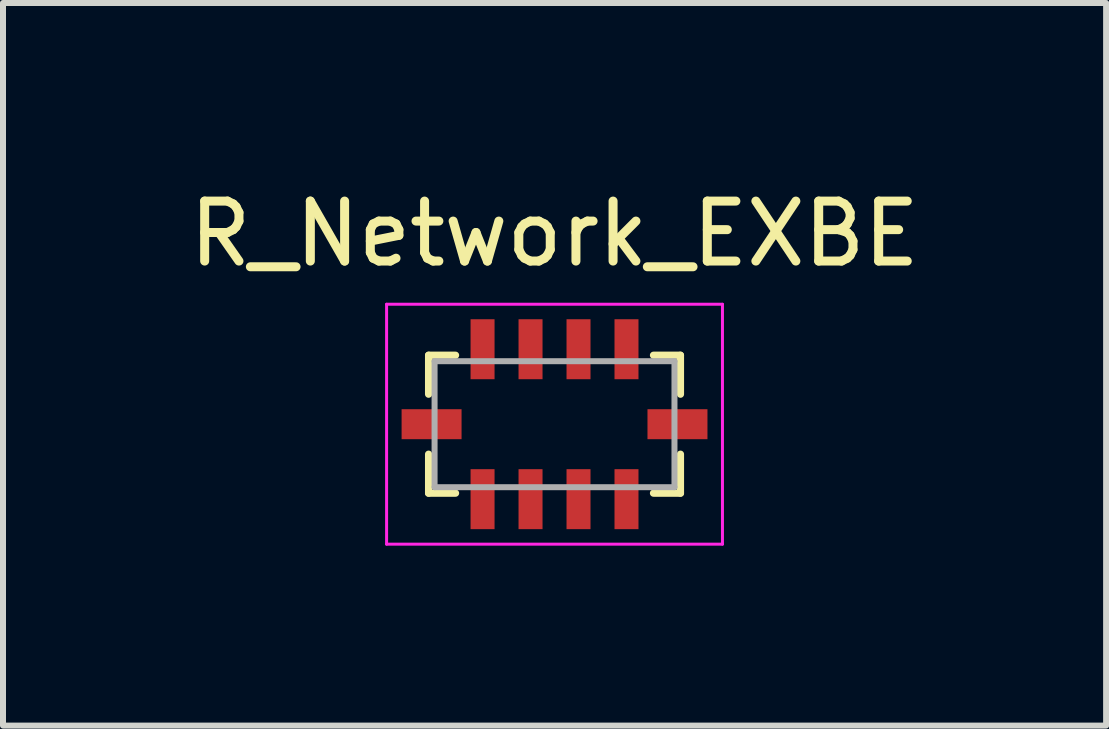
<source format=kicad_pcb>
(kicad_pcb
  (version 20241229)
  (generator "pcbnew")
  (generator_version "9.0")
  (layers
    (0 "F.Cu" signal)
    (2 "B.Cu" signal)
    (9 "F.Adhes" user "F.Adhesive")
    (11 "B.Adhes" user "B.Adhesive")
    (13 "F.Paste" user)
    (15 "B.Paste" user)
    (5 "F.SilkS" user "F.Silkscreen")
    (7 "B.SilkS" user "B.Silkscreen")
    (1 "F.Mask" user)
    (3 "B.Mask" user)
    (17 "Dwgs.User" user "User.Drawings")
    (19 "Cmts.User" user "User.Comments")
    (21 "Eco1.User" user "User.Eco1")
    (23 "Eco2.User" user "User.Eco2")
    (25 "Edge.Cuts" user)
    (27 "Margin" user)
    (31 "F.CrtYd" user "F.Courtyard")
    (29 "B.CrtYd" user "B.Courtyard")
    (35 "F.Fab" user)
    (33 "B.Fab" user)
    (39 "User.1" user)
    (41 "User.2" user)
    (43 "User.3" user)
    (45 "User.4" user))
  (footprint "R_Network_EXBE"
    (layer "F.Cu")
    (at 6.196 4.023)
    (property "Reference" "R_Network_EXBE" (at 0 -3.175 0) (layer "F.SilkS") (effects (font (size 1 1) (thickness 0.15))))
    (attr through_hole)
    (fp_line (start -2.1 -1.15) (end -1.65 -1.15) (stroke (width 0.12) (type solid)) (layer "F.SilkS"))
    (fp_line (start -2.1 -0.5) (end -2.1 -1.15) (stroke (width 0.12) (type solid)) (layer "F.SilkS"))
    (fp_line (start -2.1 1.15) (end -2.1 0.5) (stroke (width 0.12) (type solid)) (layer "F.SilkS"))
    (fp_line (start -2.1 1.15) (end -1.65 1.15) (stroke (width 0.12) (type solid)) (layer "F.SilkS"))
    (fp_line (start 1.65 -1.15) (end 2.1 -1.15) (stroke (width 0.12) (type solid)) (layer "F.SilkS"))
    (fp_line (start 1.65 1.15) (end 2.1 1.15) (stroke (width 0.12) (type solid)) (layer "F.SilkS"))
    (fp_line (start 2.1 -0.5) (end 2.1 -1.15) (stroke (width 0.12) (type solid)) (layer "F.SilkS"))
    (fp_line (start 2.1 1.15) (end 2.1 0.5) (stroke (width 0.12) (type solid)) (layer "F.SilkS"))
    (fp_line (start -2.8 2) (end -2.8 -2) (stroke (width 0.05) (type solid)) (layer "F.CrtYd"))
    (fp_line (start 2.8 -2) (end -2.8 -2) (stroke (width 0.05) (type solid)) (layer "F.CrtYd"))
    (fp_line (start 2.8 2) (end -2.8 2) (stroke (width 0.05) (type solid)) (layer "F.CrtYd"))
    (fp_line (start 2.8 2) (end 2.8 -2) (stroke (width 0.05) (type solid)) (layer "F.CrtYd"))
    (fp_line (start -2 -1.05) (end -2 1.05) (stroke (width 0.1) (type solid)) (layer "F.Fab"))
    (fp_line (start -2 -1.05) (end 2 -1.05) (stroke (width 0.1) (type solid)) (layer "F.Fab"))
    (fp_line (start -2 1.05) (end 2 1.05) (stroke (width 0.1) (type solid)) (layer "F.Fab"))
    (fp_line (start 2 -1.05) (end 2 1.05) (stroke (width 0.1) (type solid)) (layer "F.Fab"))
    (pad "1" smd rect (at -2.05 0) (size 1 0.5) (layers "F.Cu" "F.Mask" "F.Paste"))
    (pad "1" smd rect (at 2.05 0) (size 1 0.5) (layers "F.Cu" "F.Mask" "F.Paste"))
    (pad "2" smd rect (at -1.2 1.25) (size 0.4 1) (layers "F.Cu" "F.Mask" "F.Paste"))
    (pad "3" smd rect (at -0.4 1.25) (size 0.4 1) (layers "F.Cu" "F.Mask" "F.Paste"))
    (pad "4" smd rect (at 0.4 1.25) (size 0.4 1) (layers "F.Cu" "F.Mask" "F.Paste"))
    (pad "5" smd rect (at 1.2 1.25) (size 0.4 1) (layers "F.Cu" "F.Mask" "F.Paste"))
    (pad "6" smd rect (at 1.2 -1.25) (size 0.4 1) (layers "F.Cu" "F.Mask" "F.Paste"))
    (pad "7" smd rect (at 0.4 -1.25) (size 0.4 1) (layers "F.Cu" "F.Mask" "F.Paste"))
    (pad "8" smd rect (at -0.4 -1.25) (size 0.4 1) (layers "F.Cu" "F.Mask" "F.Paste"))
    (pad "9" smd rect (at -1.2 -1.25) (size 0.4 1) (layers "F.Cu" "F.Mask" "F.Paste")))
  (gr_rect
    (start -3 -3)
    (end 15.393 9.048)
    (stroke (width 0.1) (type default))
    (fill no)
    (layer "Edge.Cuts")))
</source>
